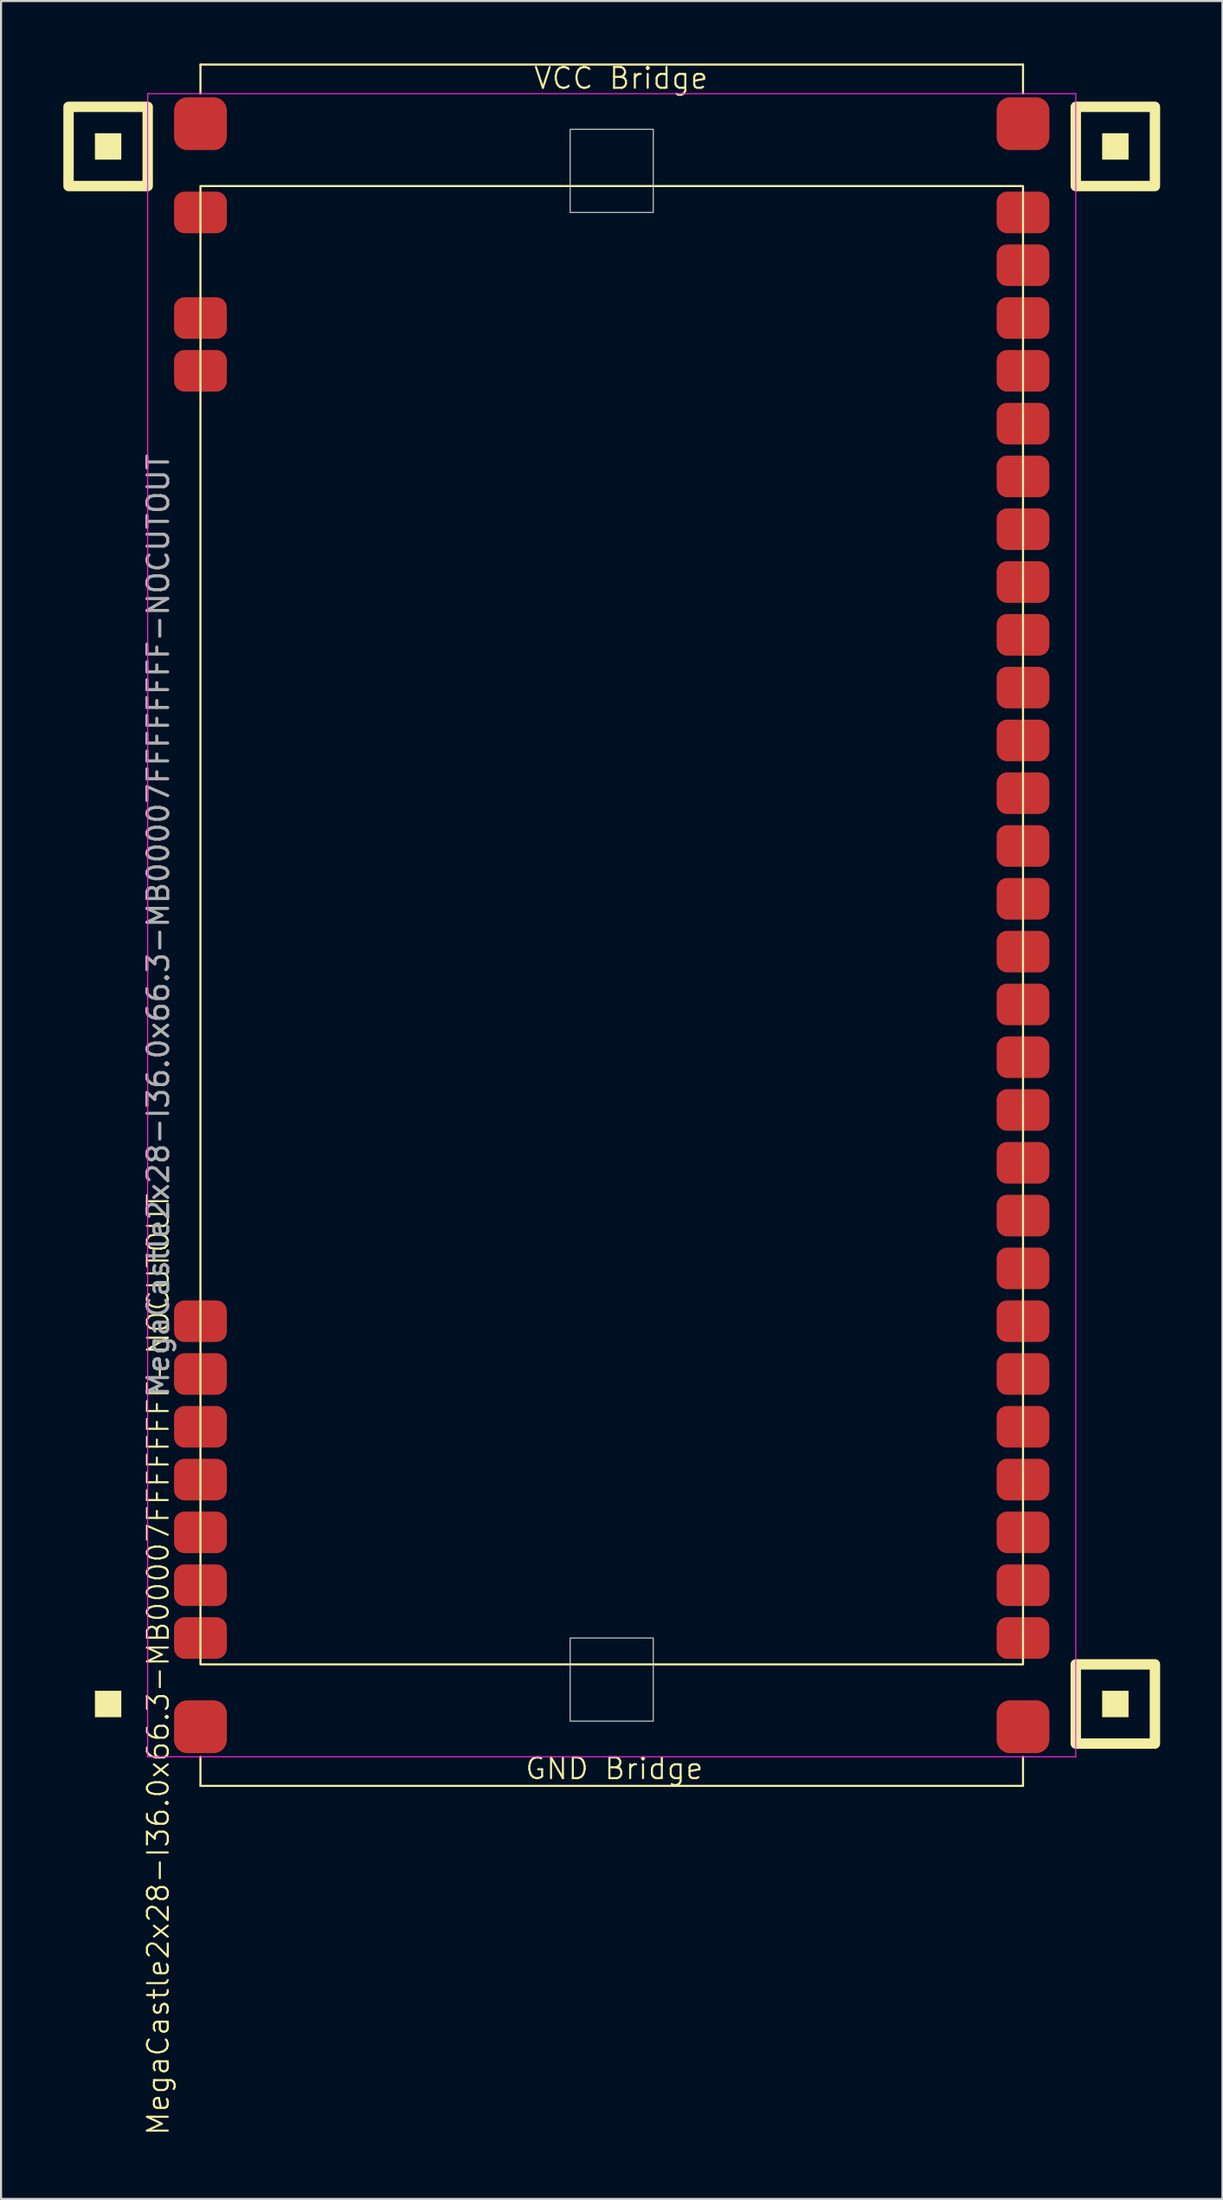
<source format=kicad_pcb>
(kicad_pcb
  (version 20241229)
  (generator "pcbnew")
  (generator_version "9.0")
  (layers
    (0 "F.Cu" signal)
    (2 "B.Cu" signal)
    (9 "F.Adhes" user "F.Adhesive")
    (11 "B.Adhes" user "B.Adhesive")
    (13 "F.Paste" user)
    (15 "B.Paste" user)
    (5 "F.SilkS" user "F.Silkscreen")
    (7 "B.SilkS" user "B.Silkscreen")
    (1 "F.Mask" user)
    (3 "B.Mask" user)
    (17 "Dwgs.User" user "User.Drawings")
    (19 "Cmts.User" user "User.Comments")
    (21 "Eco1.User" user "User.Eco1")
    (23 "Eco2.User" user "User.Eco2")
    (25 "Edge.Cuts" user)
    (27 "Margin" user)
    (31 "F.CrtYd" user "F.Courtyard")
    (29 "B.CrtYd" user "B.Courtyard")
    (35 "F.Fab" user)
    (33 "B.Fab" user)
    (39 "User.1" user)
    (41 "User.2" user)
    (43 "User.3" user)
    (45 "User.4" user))
  (footprint "MegaCastle2x28-I36.0x66.3-MB00007FFFFFFFF-NOCUTOUT"
    (layer "F.Cu")
    (at 26.4 41.46)
    (property "Reference" "MegaCastle2x28-I36.0x66.3-MB00007FFFFFFFF-NOCUTOUT" (at -21.832 35.56 90) (unlocked yes) (layer "F.SilkS") (effects (font (size 1 1) (thickness 0.1))))
    (attr smd)
    (fp_line (start -19.8 -41.405) (end 19.8 -41.405) (stroke (width 0.1) (type default)) (layer "F.SilkS"))
    (fp_line (start -19.8 -40.005) (end -19.8 -41.405) (stroke (width 0.1) (type default)) (layer "F.SilkS"))
    (fp_line (start -19.8 40.005) (end -19.8 41.405) (stroke (width 0.1) (type default)) (layer "F.SilkS"))
    (fp_line (start -19.8 41.405) (end 19.8 41.405) (stroke (width 0.1) (type default)) (layer "F.SilkS"))
    (fp_line (start 19.8 -40.005) (end 19.8 -41.405) (stroke (width 0.1) (type default)) (layer "F.SilkS"))
    (fp_line (start 19.8 40.005) (end 19.8 41.405) (stroke (width 0.1) (type default)) (layer "F.SilkS"))
    (fp_rect (start -23.61 -36.83) (end -24.88 -38.1) (stroke (width 0) (type solid)) (fill yes) (layer "F.SilkS"))
    (fp_rect (start -23.61 38.1) (end -24.88 36.83) (stroke (width 0) (type solid)) (fill yes) (layer "F.SilkS"))
    (fp_rect (start -22.34 -35.56) (end -26.15 -39.37) (stroke (width 0.5) (type default)) (fill no) (layer "F.SilkS"))
    (fp_rect (start -19.8 -35.56) (end 19.8 35.56) (stroke (width 0.1) (type default)) (fill no) (layer "F.SilkS"))
    (fp_rect (start 24.88 -36.83) (end 23.61 -38.1) (stroke (width 0) (type solid)) (fill yes) (layer "F.SilkS"))
    (fp_rect (start 24.88 38.1) (end 23.61 36.83) (stroke (width 0) (type solid)) (fill yes) (layer "F.SilkS"))
    (fp_rect (start 26.15 -35.56) (end 22.34 -39.37) (stroke (width 0.5) (type default)) (fill no) (layer "F.SilkS"))
    (fp_rect (start 26.15 39.37) (end 22.34 35.56) (stroke (width 0.5) (type default)) (fill no) (layer "F.SilkS"))
    (fp_rect (start -2 -34.29) (end 2 -38.29) (stroke (width 0.05) (type default)) (fill no) (layer "Edge.Cuts"))
    (fp_rect (start -2 34.29) (end 2 38.29) (stroke (width 0.05) (type default)) (fill no) (layer "Edge.Cuts"))
    (fp_line (start -22.34 -40.005) (end -22.34 40.005) (stroke (width 0.05) (type default)) (layer "F.CrtYd"))
    (fp_line (start -22.34 40.005) (end 22.34 40.005) (stroke (width 0.05) (type default)) (layer "F.CrtYd"))
    (fp_line (start 22.34 -40.005) (end -22.34 -40.005) (stroke (width 0.05) (type default)) (layer "F.CrtYd"))
    (fp_line (start 22.34 -40.005) (end 22.34 40.005) (stroke (width 0.05) (type default)) (layer "F.CrtYd"))
    (fp_text user "GND Bridge" (at -4.226 41.16 0) (unlocked yes) (layer "F.SilkS") (effects (font (size 1 1) (thickness 0.1)) (justify left bottom)))
    (fp_text user "VCC Bridge" (at -3.81 -40.16 0) (unlocked yes) (layer "F.SilkS") (effects (font (size 1 1) (thickness 0.1)) (justify left bottom)))
    (fp_text user "${REFERENCE}" (at -21.832 0 90) (unlocked yes) (layer "F.Fab") (effects (font (size 1 1) (thickness 0.15))))
    (pad "1" smd roundrect (at -19.8 -34.29) (size 2.54 2) (layers "F.Cu" "F.Mask" "F.Paste") (roundrect_rratio 0.25))
    (pad "3" smd roundrect (at -19.8 -29.21) (size 2.54 2) (layers "F.Cu" "F.Mask" "F.Paste") (roundrect_rratio 0.25))
    (pad "4" smd roundrect (at -19.8 -26.67) (size 2.54 2) (layers "F.Cu" "F.Mask" "F.Paste") (roundrect_rratio 0.25))
    (pad "22" smd roundrect (at -19.8 19.05) (size 2.54 2) (layers "F.Cu" "F.Mask" "F.Paste") (roundrect_rratio 0.25))
    (pad "23" smd roundrect (at -19.8 21.59) (size 2.54 2) (layers "F.Cu" "F.Mask" "F.Paste") (roundrect_rratio 0.25))
    (pad "24" smd roundrect (at -19.8 24.13) (size 2.54 2) (layers "F.Cu" "F.Mask" "F.Paste") (roundrect_rratio 0.25))
    (pad "25" smd roundrect (at -19.8 26.67) (size 2.54 2) (layers "F.Cu" "F.Mask" "F.Paste") (roundrect_rratio 0.25))
    (pad "26" smd roundrect (at -19.8 29.21) (size 2.54 2) (layers "F.Cu" "F.Mask" "F.Paste") (roundrect_rratio 0.25))
    (pad "27" smd roundrect (at -19.8 31.75) (size 2.54 2) (layers "F.Cu" "F.Mask" "F.Paste") (roundrect_rratio 0.25))
    (pad "28" smd roundrect (at -19.8 34.29) (size 2.54 2) (layers "F.Cu" "F.Mask" "F.Paste") (roundrect_rratio 0.25))
    (pad "29" smd roundrect (at 19.8 -34.29) (size 2.54 2) (layers "F.Cu" "F.Mask" "F.Paste") (roundrect_rratio 0.25))
    (pad "30" smd roundrect (at 19.8 -31.75) (size 2.54 2) (layers "F.Cu" "F.Mask" "F.Paste") (roundrect_rratio 0.25))
    (pad "31" smd roundrect (at 19.8 -29.21) (size 2.54 2) (layers "F.Cu" "F.Mask" "F.Paste") (roundrect_rratio 0.25))
    (pad "32" smd roundrect (at 19.8 -26.67) (size 2.54 2) (layers "F.Cu" "F.Mask" "F.Paste") (roundrect_rratio 0.25))
    (pad "33" smd roundrect (at 19.8 -24.13) (size 2.54 2) (layers "F.Cu" "F.Mask" "F.Paste") (roundrect_rratio 0.25))
    (pad "34" smd roundrect (at 19.8 -21.59) (size 2.54 2) (layers "F.Cu" "F.Mask" "F.Paste") (roundrect_rratio 0.25))
    (pad "35" smd roundrect (at 19.8 -19.05) (size 2.54 2) (layers "F.Cu" "F.Mask" "F.Paste") (roundrect_rratio 0.25))
    (pad "36" smd roundrect (at 19.8 -16.51) (size 2.54 2) (layers "F.Cu" "F.Mask" "F.Paste") (roundrect_rratio 0.25))
    (pad "37" smd roundrect (at 19.8 -13.97) (size 2.54 2) (layers "F.Cu" "F.Mask" "F.Paste") (roundrect_rratio 0.25))
    (pad "38" smd roundrect (at 19.8 -11.43) (size 2.54 2) (layers "F.Cu" "F.Mask" "F.Paste") (roundrect_rratio 0.25))
    (pad "39" smd roundrect (at 19.8 -8.89) (size 2.54 2) (layers "F.Cu" "F.Mask" "F.Paste") (roundrect_rratio 0.25))
    (pad "40" smd roundrect (at 19.8 -6.35) (size 2.54 2) (layers "F.Cu" "F.Mask" "F.Paste") (roundrect_rratio 0.25))
    (pad "41" smd roundrect (at 19.8 -3.81) (size 2.54 2) (layers "F.Cu" "F.Mask" "F.Paste") (roundrect_rratio 0.25))
    (pad "42" smd roundrect (at 19.8 -1.27) (size 2.54 2) (layers "F.Cu" "F.Mask" "F.Paste") (roundrect_rratio 0.25))
    (pad "43" smd roundrect (at 19.8 1.27) (size 2.54 2) (layers "F.Cu" "F.Mask" "F.Paste") (roundrect_rratio 0.25))
    (pad "44" smd roundrect (at 19.8 3.81) (size 2.54 2) (layers "F.Cu" "F.Mask" "F.Paste") (roundrect_rratio 0.25))
    (pad "45" smd roundrect (at 19.8 6.35) (size 2.54 2) (layers "F.Cu" "F.Mask" "F.Paste") (roundrect_rratio 0.25))
    (pad "46" smd roundrect (at 19.8 8.89) (size 2.54 2) (layers "F.Cu" "F.Mask" "F.Paste") (roundrect_rratio 0.25))
    (pad "47" smd roundrect (at 19.8 11.43) (size 2.54 2) (layers "F.Cu" "F.Mask" "F.Paste") (roundrect_rratio 0.25))
    (pad "48" smd roundrect (at 19.8 13.97) (size 2.54 2) (layers "F.Cu" "F.Mask" "F.Paste") (roundrect_rratio 0.25))
    (pad "49" smd roundrect (at 19.8 16.51) (size 2.54 2) (layers "F.Cu" "F.Mask" "F.Paste") (roundrect_rratio 0.25))
    (pad "50" smd roundrect (at 19.8 19.05) (size 2.54 2) (layers "F.Cu" "F.Mask" "F.Paste") (roundrect_rratio 0.25))
    (pad "51" smd roundrect (at 19.8 21.59) (size 2.54 2) (layers "F.Cu" "F.Mask" "F.Paste") (roundrect_rratio 0.25))
    (pad "52" smd roundrect (at 19.8 24.13) (size 2.54 2) (layers "F.Cu" "F.Mask" "F.Paste") (roundrect_rratio 0.25))
    (pad "53" smd roundrect (at 19.8 26.67) (size 2.54 2) (layers "F.Cu" "F.Mask" "F.Paste") (roundrect_rratio 0.25))
    (pad "54" smd roundrect (at 19.8 29.21) (size 2.54 2) (layers "F.Cu" "F.Mask" "F.Paste") (roundrect_rratio 0.25))
    (pad "55" smd roundrect (at 19.8 31.75) (size 2.54 2) (layers "F.Cu" "F.Mask" "F.Paste") (roundrect_rratio 0.25))
    (pad "56" smd roundrect (at 19.8 34.29) (size 2.54 2) (layers "F.Cu" "F.Mask" "F.Paste") (roundrect_rratio 0.25))
    (pad "A1" smd roundrect (at -19.8 -38.56) (size 2.54 2.54) (layers "F.Cu" "F.Mask" "F.Paste") (roundrect_rratio 0.25))
    (pad "A2" smd roundrect (at 19.8 -38.56) (size 2.54 2.54) (layers "F.Cu" "F.Mask" "F.Paste") (roundrect_rratio 0.25))
    (pad "B1" smd roundrect (at -19.8 38.56) (size 2.54 2.54) (layers "F.Cu" "F.Mask" "F.Paste") (roundrect_rratio 0.25))
    (pad "B2" smd roundrect (at 19.8 38.56) (size 2.54 2.54) (layers "F.Cu" "F.Mask" "F.Paste") (roundrect_rratio 0.25)))
  (gr_rect
    (start -3 -3)
    (end 55.8 102.737)
    (stroke (width 0.1) (type default))
    (fill no)
    (layer "Edge.Cuts")))
</source>
